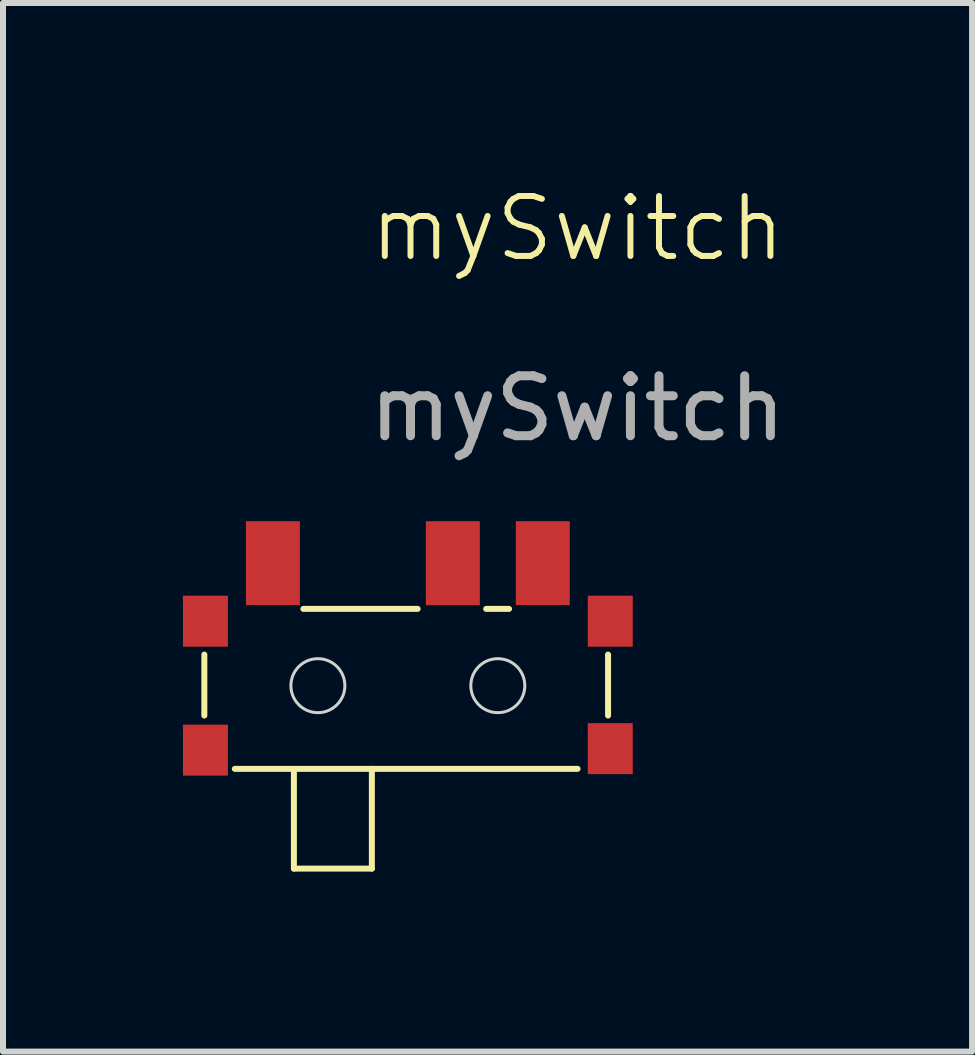
<source format=kicad_pcb>
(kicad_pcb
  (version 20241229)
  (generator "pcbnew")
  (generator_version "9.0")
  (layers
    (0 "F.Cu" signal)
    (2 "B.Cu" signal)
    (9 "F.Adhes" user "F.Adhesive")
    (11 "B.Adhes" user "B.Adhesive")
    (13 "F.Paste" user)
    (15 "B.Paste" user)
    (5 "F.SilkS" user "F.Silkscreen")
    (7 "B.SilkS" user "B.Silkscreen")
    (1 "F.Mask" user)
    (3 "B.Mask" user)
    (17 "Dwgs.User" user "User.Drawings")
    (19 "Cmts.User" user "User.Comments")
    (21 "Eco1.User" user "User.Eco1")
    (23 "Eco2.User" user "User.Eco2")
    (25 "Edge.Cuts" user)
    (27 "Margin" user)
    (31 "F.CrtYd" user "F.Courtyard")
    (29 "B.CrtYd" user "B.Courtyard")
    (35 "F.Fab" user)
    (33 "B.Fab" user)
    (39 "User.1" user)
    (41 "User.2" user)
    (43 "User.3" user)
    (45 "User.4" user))
  (footprint "mySwitch"
    (layer "F.Cu")
    (at 6.58 1.26)
    (property "Reference" "mySwitch" (at 0 -0.5 0) (unlocked yes) (layer "F.SilkS") (effects (font (size 1 1) (thickness 0.1))))
    (attr smd)
    (fp_line (start -6.223 7.62) (end -6.223 6.604) (stroke (width 0.1) (type default)) (layer "F.SilkS"))
    (fp_line (start -4.73 10.172) (end -4.73 8.572) (stroke (width 0.1) (type default)) (layer "F.SilkS"))
    (fp_line (start -4.73 10.172) (end -3.43 10.172) (stroke (width 0.1) (type default)) (layer "F.SilkS"))
    (fp_line (start -4.572 5.842) (end -2.667 5.842) (stroke (width 0.1) (type default)) (layer "F.SilkS"))
    (fp_line (start -3.43 10.172) (end -3.43 8.509) (stroke (width 0.1) (type default)) (layer "F.SilkS"))
    (fp_line (start -1.524 5.842) (end -1.143 5.842) (stroke (width 0.1) (type default)) (layer "F.SilkS"))
    (fp_line (start 0 8.509) (end -5.715 8.509) (stroke (width 0.1) (type default)) (layer "F.SilkS"))
    (fp_line (start 0.508 6.604) (end 0.508 7.62) (stroke (width 0.1) (type default)) (layer "F.SilkS"))
    (fp_circle (center -4.33 7.122) (end -3.88 7.122) (stroke (width 0.05) (type default)) (fill no) (layer "Edge.Cuts"))
    (fp_circle (center -1.33 7.122) (end -0.88 7.122) (stroke (width 0.05) (type default)) (fill no) (layer "Edge.Cuts"))
    (fp_text user "${REFERENCE}" (at 0 2.5 0) (unlocked yes) (layer "F.Fab") (effects (font (size 1 1) (thickness 0.15))))
    (pad "1" smd rect (at -5.08 5.08) (size 0.9 1.4) (layers "F.Cu" "F.Mask" "F.Paste"))
    (pad "2" smd rect (at -2.08 5.08) (size 0.9 1.4) (layers "F.Cu" "F.Mask" "F.Paste"))
    (pad "3" smd rect (at -0.58 5.08) (size 0.9 1.4) (layers "F.Cu" "F.Mask" "F.Paste"))
    (pad "4" smd rect (at -6.205 6.047) (size 0.75 0.85) (layers "F.Cu" "F.Mask" "F.Paste"))
    (pad "5" smd rect (at -6.205 8.197) (size 0.75 0.85) (layers "F.Cu" "F.Mask" "F.Paste"))
    (pad "6" smd rect (at 0.545 6.047) (size 0.75 0.85) (layers "F.Cu" "F.Mask" "F.Paste"))
    (pad "7" smd rect (at 0.545 8.172) (size 0.75 0.85) (layers "F.Cu" "F.Mask" "F.Paste")))
  (gr_rect
    (start -3 -3)
    (end 13.157 14.483)
    (stroke (width 0.1) (type default))
    (fill no)
    (layer "Edge.Cuts")))
</source>
